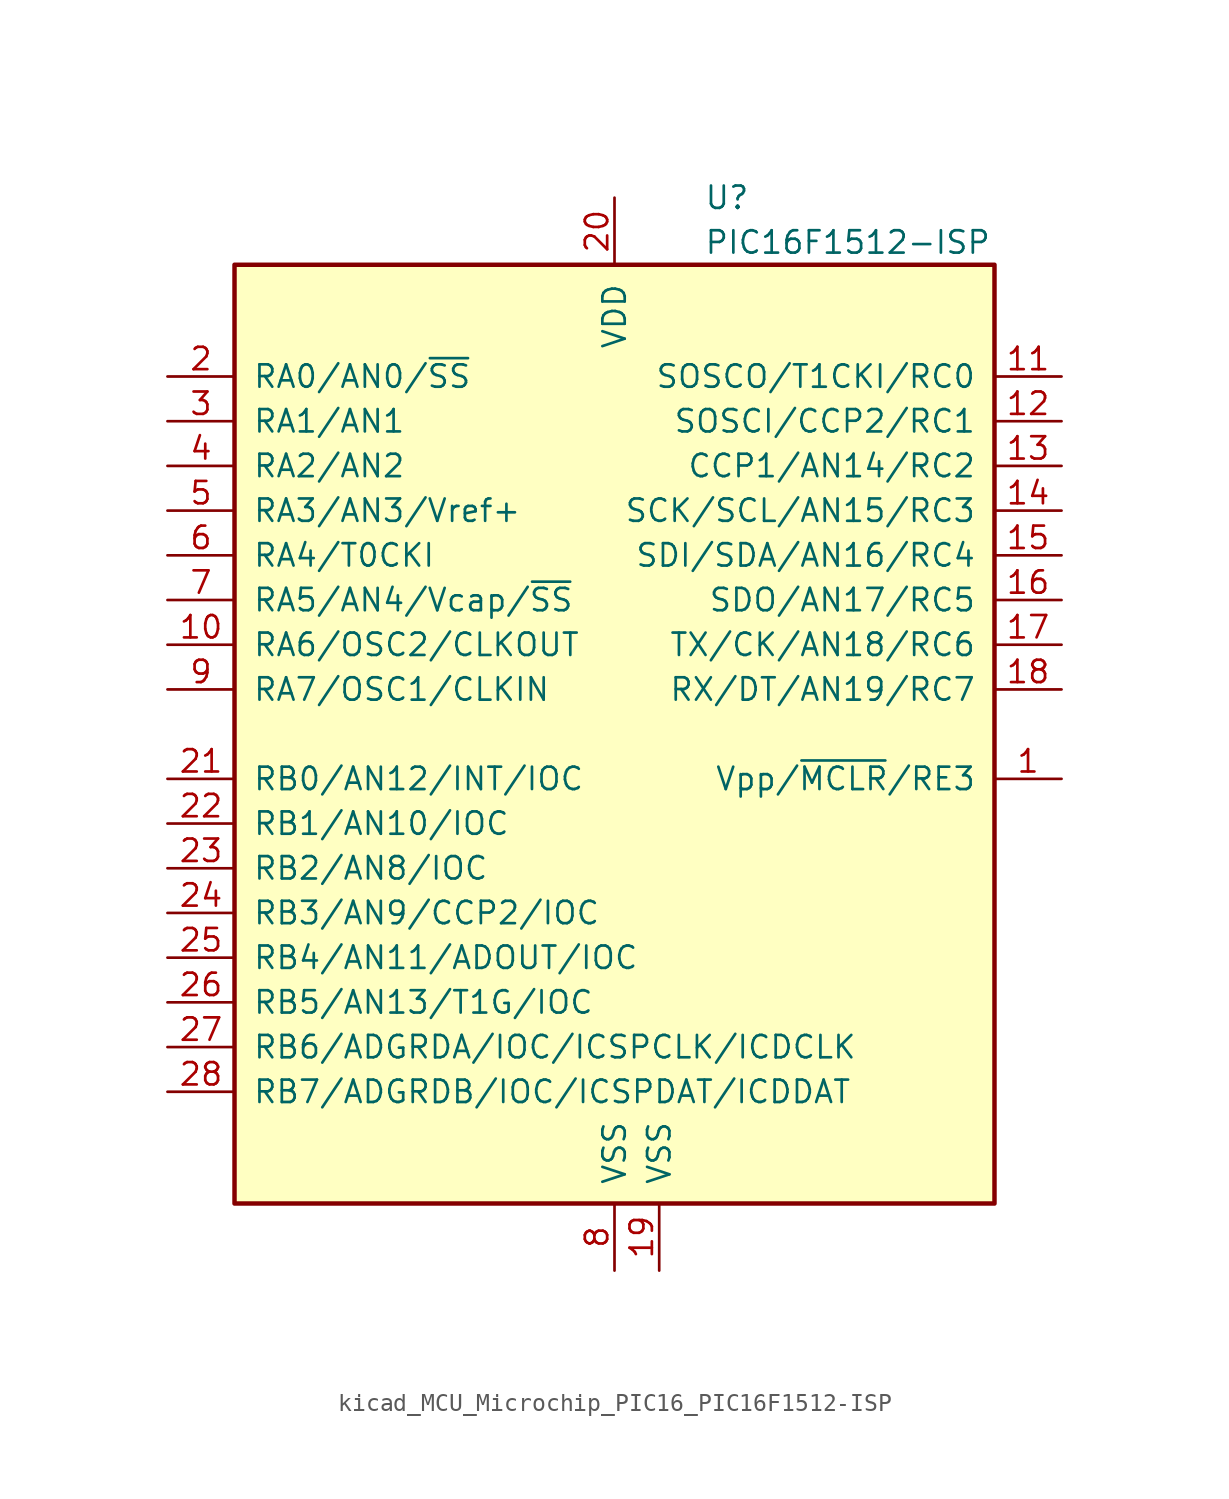
<source format=kicad_sym>
(kicad_symbol_lib
  (version 20220914)
  (generator kicad_symbol_editor)
  (symbol "kicad_MCU_Microchip_PIC16_PIC16F1512-ISP"
    (pin_names
      (offset 1.016))
    (property "Reference" "U"
      (at 5.08 30.48 0)
      (effects (font (size 1.27 1.27)) (justify left)))
    (property "Value" "PIC16F1512-ISP"
      (at 5.08 27.94 0)
      (effects (font (size 1.27 1.27)) (justify left)))
    (symbol "kicad_MCU_Microchip_PIC16_PIC16F1512-ISP_0_1"
      (rectangle (start -21.59 26.67) (end 21.59 -26.67) (stroke (width 0.254) (type default)) (fill (type background))))
    (symbol "kicad_MCU_Microchip_PIC16_PIC16F1512-ISP_1_1"
      (pin input line (at 25.4 -2.54 180) (length 3.81) (name "Vpp/~{MCLR}/RE3" (effects (font (size 1.27 1.27)))) (number "1" (effects (font (size 1.27 1.27)))))
      (pin bidirectional line (at -25.4 5.08 0) (length 3.81) (name "RA6/OSC2/CLKOUT" (effects (font (size 1.27 1.27)))) (number "10" (effects (font (size 1.27 1.27)))))
      (pin bidirectional line (at 25.4 20.32 180) (length 3.81) (name "SOSCO/T1CKI/RC0" (effects (font (size 1.27 1.27)))) (number "11" (effects (font (size 1.27 1.27)))))
      (pin bidirectional line (at 25.4 17.78 180) (length 3.81) (name "SOSCI/CCP2/RC1" (effects (font (size 1.27 1.27)))) (number "12" (effects (font (size 1.27 1.27)))))
      (pin bidirectional line (at 25.4 15.24 180) (length 3.81) (name "CCP1/AN14/RC2" (effects (font (size 1.27 1.27)))) (number "13" (effects (font (size 1.27 1.27)))))
      (pin bidirectional line (at 25.4 12.7 180) (length 3.81) (name "SCK/SCL/AN15/RC3" (effects (font (size 1.27 1.27)))) (number "14" (effects (font (size 1.27 1.27)))))
      (pin bidirectional line (at 25.4 10.16 180) (length 3.81) (name "SDI/SDA/AN16/RC4" (effects (font (size 1.27 1.27)))) (number "15" (effects (font (size 1.27 1.27)))))
      (pin bidirectional line (at 25.4 7.62 180) (length 3.81) (name "SDO/AN17/RC5" (effects (font (size 1.27 1.27)))) (number "16" (effects (font (size 1.27 1.27)))))
      (pin bidirectional line (at 25.4 5.08 180) (length 3.81) (name "TX/CK/AN18/RC6" (effects (font (size 1.27 1.27)))) (number "17" (effects (font (size 1.27 1.27)))))
      (pin bidirectional line (at 25.4 2.54 180) (length 3.81) (name "RX/DT/AN19/RC7" (effects (font (size 1.27 1.27)))) (number "18" (effects (font (size 1.27 1.27)))))
      (pin power_in line (at 2.54 -30.48 90) (length 3.81) (name "VSS" (effects (font (size 1.27 1.27)))) (number "19" (effects (font (size 1.27 1.27)))))
      (pin bidirectional line (at -25.4 20.32 0) (length 3.81) (name "RA0/AN0/~{SS}" (effects (font (size 1.27 1.27)))) (number "2" (effects (font (size 1.27 1.27)))))
      (pin power_in line (at 0 30.48 270) (length 3.81) (name "VDD" (effects (font (size 1.27 1.27)))) (number "20" (effects (font (size 1.27 1.27)))))
      (pin bidirectional line (at -25.4 -2.54 0) (length 3.81) (name "RB0/AN12/INT/IOC" (effects (font (size 1.27 1.27)))) (number "21" (effects (font (size 1.27 1.27)))))
      (pin bidirectional line (at -25.4 -5.08 0) (length 3.81) (name "RB1/AN10/IOC" (effects (font (size 1.27 1.27)))) (number "22" (effects (font (size 1.27 1.27)))))
      (pin bidirectional line (at -25.4 -7.62 0) (length 3.81) (name "RB2/AN8/IOC" (effects (font (size 1.27 1.27)))) (number "23" (effects (font (size 1.27 1.27)))))
      (pin bidirectional line (at -25.4 -10.16 0) (length 3.81) (name "RB3/AN9/CCP2/IOC" (effects (font (size 1.27 1.27)))) (number "24" (effects (font (size 1.27 1.27)))))
      (pin bidirectional line (at -25.4 -12.7 0) (length 3.81) (name "RB4/AN11/ADOUT/IOC" (effects (font (size 1.27 1.27)))) (number "25" (effects (font (size 1.27 1.27)))))
      (pin bidirectional line (at -25.4 -15.24 0) (length 3.81) (name "RB5/AN13/T1G/IOC" (effects (font (size 1.27 1.27)))) (number "26" (effects (font (size 1.27 1.27)))))
      (pin bidirectional line (at -25.4 -17.78 0) (length 3.81) (name "RB6/ADGRDA/IOC/ICSPCLK/ICDCLK" (effects (font (size 1.27 1.27)))) (number "27" (effects (font (size 1.27 1.27)))))
      (pin bidirectional line (at -25.4 -20.32 0) (length 3.81) (name "RB7/ADGRDB/IOC/ICSPDAT/ICDDAT" (effects (font (size 1.27 1.27)))) (number "28" (effects (font (size 1.27 1.27)))))
      (pin bidirectional line (at -25.4 17.78 0) (length 3.81) (name "RA1/AN1" (effects (font (size 1.27 1.27)))) (number "3" (effects (font (size 1.27 1.27)))))
      (pin bidirectional line (at -25.4 15.24 0) (length 3.81) (name "RA2/AN2" (effects (font (size 1.27 1.27)))) (number "4" (effects (font (size 1.27 1.27)))))
      (pin bidirectional line (at -25.4 12.7 0) (length 3.81) (name "RA3/AN3/Vref+" (effects (font (size 1.27 1.27)))) (number "5" (effects (font (size 1.27 1.27)))))
      (pin bidirectional line (at -25.4 10.16 0) (length 3.81) (name "RA4/T0CKI" (effects (font (size 1.27 1.27)))) (number "6" (effects (font (size 1.27 1.27)))))
      (pin bidirectional line (at -25.4 7.62 0) (length 3.81) (name "RA5/AN4/Vcap/~{SS}" (effects (font (size 1.27 1.27)))) (number "7" (effects (font (size 1.27 1.27)))))
      (pin power_in line (at 0 -30.48 90) (length 3.81) (name "VSS" (effects (font (size 1.27 1.27)))) (number "8" (effects (font (size 1.27 1.27)))))
      (pin bidirectional line (at -25.4 2.54 0) (length 3.81) (name "RA7/OSC1/CLKIN" (effects (font (size 1.27 1.27)))) (number "9" (effects (font (size 1.27 1.27))))))))
</source>
